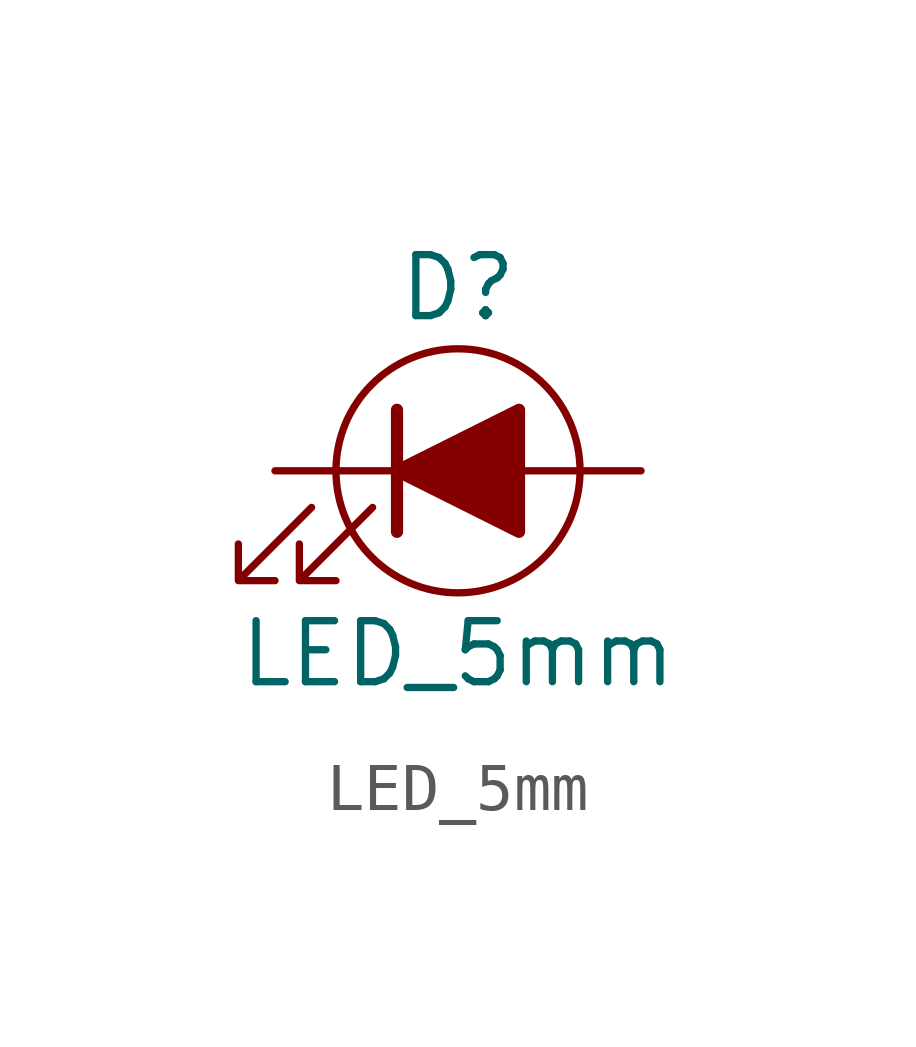
<source format=kicad_sym>
(kicad_symbol_lib
  (version 20211014)
  (generator kicad_symbol_editor)
  (symbol "LED_5mm"
    (pin_numbers hide)
    (pin_names
      (offset 1.016) hide)
    (property "Reference" "D"
      (at 0 3.81 0)
      (effects (font (size 1.27 1.27))))
    (property "Value" "LED_5mm"
      (at 0 -3.81 0)
      (effects (font (size 1.27 1.27))))
    (symbol "LED_5mm_0_1"
      (polyline (pts (xy -1.27 -1.27) (xy -1.27 1.27)) (stroke (width 0.254) (type default) (color 0 0 0 0)) (fill (type none)))
      (polyline (pts (xy -1.27 0) (xy 1.27 0)) (stroke (width 0) (type default) (color 0 0 0 0)) (fill (type none)))
      (polyline (pts (xy 1.27 -1.27) (xy 1.27 1.27) (xy -1.27 0) (xy 1.27 -1.27)) (stroke (width 0.254) (type default) (color 0 0 0 0)) (fill (type outline)))
      (polyline (pts (xy -3.048 -0.762) (xy -4.572 -2.286) (xy -3.81 -2.286) (xy -4.572 -2.286) (xy -4.572 -1.524)) (stroke (width 0) (type default) (color 0 0 0 0)) (fill (type none)))
      (polyline (pts (xy -1.778 -0.762) (xy -3.302 -2.286) (xy -2.54 -2.286) (xy -3.302 -2.286) (xy -3.302 -1.524)) (stroke (width 0) (type default) (color 0 0 0 0)) (fill (type none)))
      (circle (center 0 0) (radius 2.54) (stroke (width 0) (type default) (color 0 0 0 0)) (fill (type none))))
    (symbol "LED_5mm_1_1"
      (pin passive line (at -3.81 0 0) (length 2.54) (name "K" (effects (font (size 1.27 1.27)))) (number "1" (effects (font (size 1.27 1.27)))))
      (pin passive line (at 3.81 0 180) (length 2.54) (name "A" (effects (font (size 1.27 1.27)))) (number "2" (effects (font (size 1.27 1.27))))))))
</source>
